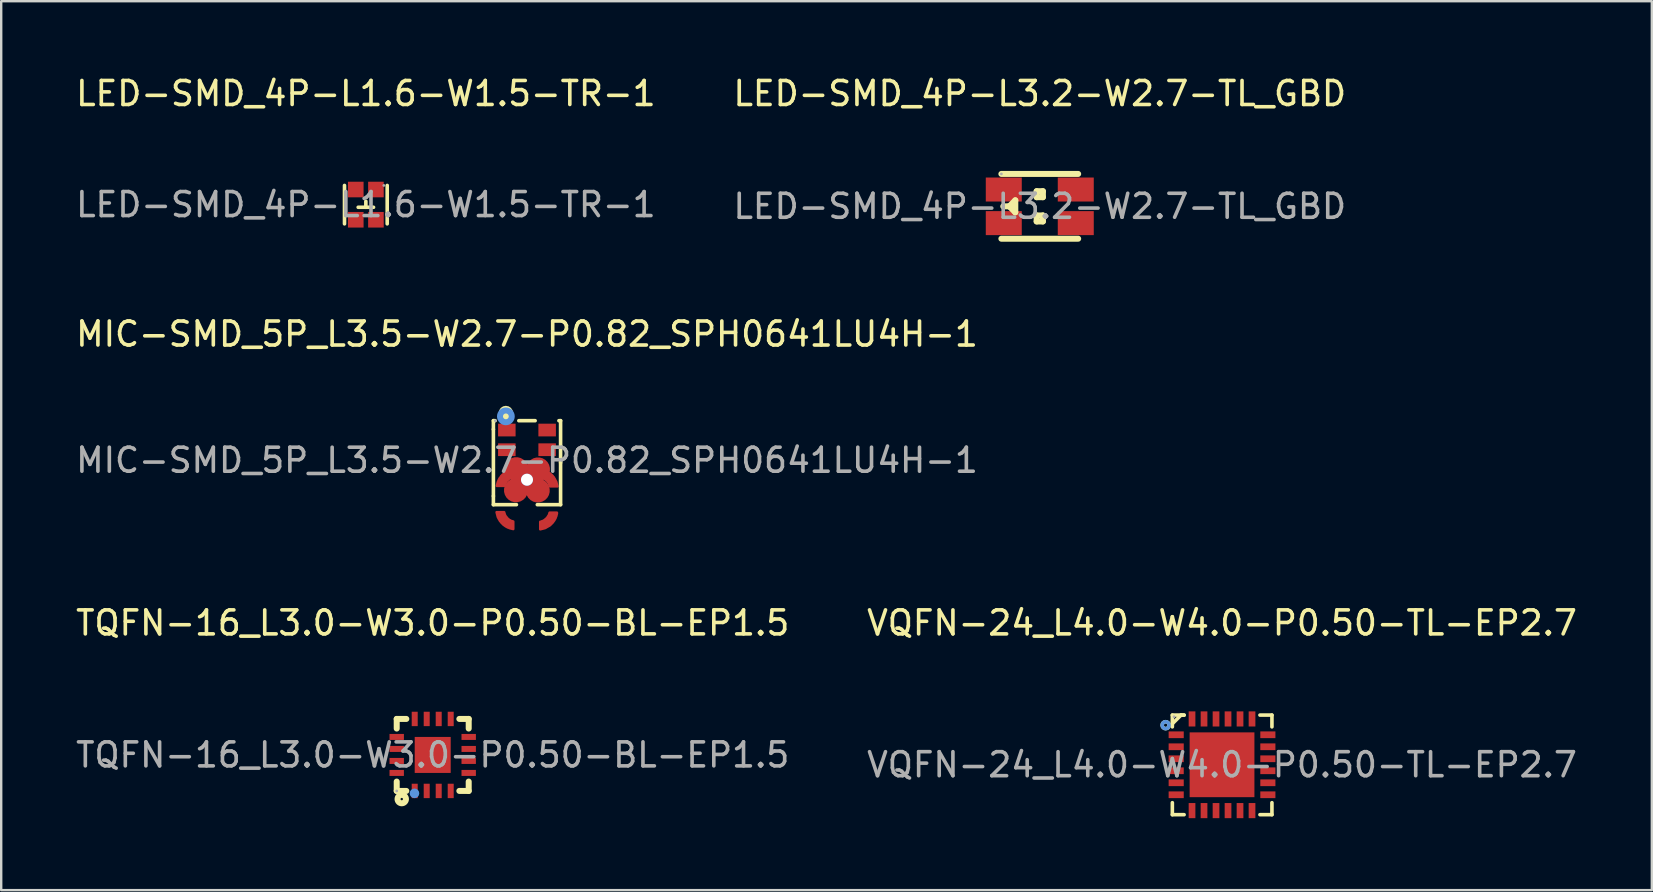
<source format=kicad_pcb>
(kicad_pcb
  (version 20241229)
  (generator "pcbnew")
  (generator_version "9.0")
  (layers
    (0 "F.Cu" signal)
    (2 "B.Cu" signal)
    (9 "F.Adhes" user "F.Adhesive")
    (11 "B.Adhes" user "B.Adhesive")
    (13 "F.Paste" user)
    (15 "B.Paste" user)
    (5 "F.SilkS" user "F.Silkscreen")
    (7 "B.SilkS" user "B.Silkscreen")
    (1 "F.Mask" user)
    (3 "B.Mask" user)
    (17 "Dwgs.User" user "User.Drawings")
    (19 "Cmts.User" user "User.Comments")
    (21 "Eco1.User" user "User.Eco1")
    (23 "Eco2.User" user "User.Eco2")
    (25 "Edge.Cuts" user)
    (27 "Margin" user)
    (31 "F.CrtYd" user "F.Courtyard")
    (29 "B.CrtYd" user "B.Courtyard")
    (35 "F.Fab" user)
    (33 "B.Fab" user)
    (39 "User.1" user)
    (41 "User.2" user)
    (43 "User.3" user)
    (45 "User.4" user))
  (footprint "TQFN-16_L3.0-W3.0-P0.50-BL-EP1.5"
    (layer "F.Cu")
    (at 14.982 28.41)
    (property "Reference" "TQFN-16_L3.0-W3.0-P0.50-BL-EP1.5" (at 0 -5.5 0) (layer "F.SilkS") (effects (font (size 1 1) (thickness 0.15))))
    (attr smd)
    (fp_line (start -1.5 -1.5) (end -1.5 -1.1) (stroke (width 0.25) (type solid)) (layer "F.SilkS"))
    (fp_line (start -1.5 -1.5) (end -1.1 -1.5) (stroke (width 0.25) (type solid)) (layer "F.SilkS"))
    (fp_line (start -1.5 1.11) (end -1.5 1.5) (stroke (width 0.25) (type solid)) (layer "F.SilkS"))
    (fp_line (start -1.5 1.5) (end -1.1 1.5) (stroke (width 0.25) (type solid)) (layer "F.SilkS"))
    (fp_line (start 1.11 -1.5) (end 1.5 -1.5) (stroke (width 0.25) (type solid)) (layer "F.SilkS"))
    (fp_line (start 1.11 1.5) (end 1.5 1.5) (stroke (width 0.25) (type solid)) (layer "F.SilkS"))
    (fp_line (start 1.5 -1.1) (end 1.5 -1.5) (stroke (width 0.25) (type solid)) (layer "F.SilkS"))
    (fp_line (start 1.5 1.5) (end 1.5 1.11) (stroke (width 0.25) (type solid)) (layer "F.SilkS"))
    (fp_circle (center -1.29 1.84) (end -1.24 1.84) (stroke (width 0.25) (type solid)) (fill no) (layer "F.SilkS"))
    (fp_circle (center -0.76 1.6) (end -0.66 1.6) (stroke (width 0.2) (type solid)) (fill no) (layer "Cmts.User"))
    (fp_circle (center -1.5 1.5) (end -1.47 1.5) (stroke (width 0.06) (type solid)) (fill no) (layer "F.Fab"))
    (fp_text user "${REFERENCE}" (at 0 0 0) (layer "F.Fab") (effects (font (size 1 1) (thickness 0.15))))
    (pad "1" smd rect (at -0.75 1.5 180) (size 0.25 0.6) (layers "F.Cu" "F.Mask" "F.Paste"))
    (pad "2" smd rect (at -0.25 1.5 180) (size 0.25 0.6) (layers "F.Cu" "F.Mask" "F.Paste"))
    (pad "3" smd rect (at 0.25 1.5 180) (size 0.25 0.6) (layers "F.Cu" "F.Mask" "F.Paste"))
    (pad "4" smd rect (at 0.75 1.5 180) (size 0.25 0.6) (layers "F.Cu" "F.Mask" "F.Paste"))
    (pad "5" smd rect (at 1.5 0.75 270) (size 0.25 0.6) (layers "F.Cu" "F.Mask" "F.Paste"))
    (pad "6" smd rect (at 1.5 0.25 270) (size 0.25 0.6) (layers "F.Cu" "F.Mask" "F.Paste"))
    (pad "7" smd rect (at 1.5 -0.25 270) (size 0.25 0.6) (layers "F.Cu" "F.Mask" "F.Paste"))
    (pad "8" smd rect (at 1.5 -0.75 270) (size 0.25 0.6) (layers "F.Cu" "F.Mask" "F.Paste"))
    (pad "9" smd rect (at 0.75 -1.5) (size 0.25 0.6) (layers "F.Cu" "F.Mask" "F.Paste"))
    (pad "10" smd rect (at 0.25 -1.5) (size 0.25 0.6) (layers "F.Cu" "F.Mask" "F.Paste"))
    (pad "11" smd rect (at -0.25 -1.5) (size 0.25 0.6) (layers "F.Cu" "F.Mask" "F.Paste"))
    (pad "12" smd rect (at -0.75 -1.5) (size 0.25 0.6) (layers "F.Cu" "F.Mask" "F.Paste"))
    (pad "13" smd rect (at -1.5 -0.75 90) (size 0.25 0.6) (layers "F.Cu" "F.Mask" "F.Paste"))
    (pad "14" smd rect (at -1.5 -0.25 90) (size 0.25 0.6) (layers "F.Cu" "F.Mask" "F.Paste"))
    (pad "15" smd rect (at -1.5 0.25 90) (size 0.25 0.6) (layers "F.Cu" "F.Mask" "F.Paste"))
    (pad "16" smd rect (at -1.5 0.75 90) (size 0.25 0.6) (layers "F.Cu" "F.Mask" "F.Paste"))
    (pad "17" smd rect (at 0 0 90) (size 1.5 1.5) (layers "F.Cu" "F.Mask" "F.Paste")))
  (footprint "MIC-SMD_5P_L3.5-W2.7-P0.82_SPH0641LU4H-1"
    (layer "F.Cu")
    (at 18.911 16.131)
    (property "Reference" "MIC-SMD_5P_L3.5-W2.7-P0.82_SPH0641LU4H-1" (at 0 -5.26 0) (layer "F.SilkS") (effects (font (size 1 1) (thickness 0.15))))
    (attr smd)
    (fp_line (start -1.4 -1.65) (end -1.4 -1.29) (stroke (width 0.15) (type solid)) (layer "F.SilkS"))
    (fp_line (start -1.4 -1.29) (end -1.4 1.49) (stroke (width 0.15) (type solid)) (layer "F.SilkS"))
    (fp_line (start -1.4 1.85) (end -1.4 1.49) (stroke (width 0.15) (type solid)) (layer "F.SilkS"))
    (fp_line (start -1.33 -1.65) (end -1.4 -1.65) (stroke (width 0.15) (type solid)) (layer "F.SilkS"))
    (fp_line (start -0.44 1.85) (end -1.4 1.85) (stroke (width 0.15) (type solid)) (layer "F.SilkS"))
    (fp_line (start 0.34 -1.65) (end -0.34 -1.65) (stroke (width 0.15) (type solid)) (layer "F.SilkS"))
    (fp_line (start 1.4 -1.65) (end 1.33 -1.65) (stroke (width 0.15) (type solid)) (layer "F.SilkS"))
    (fp_line (start 1.4 0.1) (end 1.4 -1.65) (stroke (width 0.15) (type solid)) (layer "F.SilkS"))
    (fp_line (start 1.4 0.1) (end 1.4 1.85) (stroke (width 0.15) (type solid)) (layer "F.SilkS"))
    (fp_line (start 1.4 1.85) (end 0.43 1.85) (stroke (width 0.15) (type solid)) (layer "F.SilkS"))
    (fp_circle (center -0.88 -1.97) (end -0.73 -1.97) (stroke (width 0.3) (type solid)) (fill no) (layer "F.SilkS"))
    (fp_circle (center -0.88 -1.83) (end -0.76 -1.83) (stroke (width 0.25) (type solid)) (fill no) (layer "Cmts.User"))
    (fp_circle (center 0 0.81) (end 0.07 0.81) (stroke (width 0.14) (type solid)) (fill no) (layer "Cmts.User"))
    (fp_circle (center -1.32 -1.65) (end -1.29 -1.65) (stroke (width 0.06) (type solid)) (fill no) (layer "F.Fab"))
    (fp_text user "${REFERENCE}" (at 0 0 0) (layer "F.Fab") (effects (font (size 1 1) (thickness 0.15))))
    (pad "" thru_hole circle (at 0 0.81) (size 0.5 0.5) (drill 0.5) (layers "*.Cu" "*.Mask"))
    (pad "1" smd rect (at -0.84 -1.26) (size 0.73 0.53) (layers "F.Cu" "F.Mask" "F.Paste"))
    (pad "2" smd rect (at -0.84 -0.44) (size 0.73 0.53) (layers "F.Cu" "F.Mask" "F.Paste"))
    (pad "3" smd custom (at -0.46 1.25) (size 1 1) (layers "F.Cu" "F.Mask" "F.Paste") (options (anchor circle)) (primitives (gr_poly (pts (xy -0.81 0.91) (xy -0.8 0.95) (xy -0.79 0.99) (xy -0.78 1.03) (xy -0.77 1.07) (xy -0.76 1.11) (xy -0.74 1.15) (xy -0.72 1.19) (xy -0.7 1.22) (xy -0.68 1.26) (xy -0.66 1.29) (xy -0.63 1.32) (xy -0.61 1.35) (xy -0.58 1.38) (xy -0.55 1.41) (xy -0.52 1.44) (xy -0.49 1.46) (xy -0.45 1.49) (xy -0.42 1.51) (xy -0.38 1.53) (xy -0.35 1.55) (xy -0.31 1.56) (xy -0.27 1.58) (xy -0.23 1.59) (xy -0.19 1.6) (xy -0.15 1.61) (xy -0.11 1.62) (xy -0.11 1.32) (xy -0.11 1.31) (xy -0.11 1.3) (xy -0.14 1.29) (xy -0.18 1.28) (xy -0.21 1.27) (xy -0.24 1.25) (xy -0.27 1.24) (xy -0.29 1.22) (xy -0.32 1.2) (xy -0.35 1.17) (xy -0.37 1.15) (xy -0.39 1.12) (xy -0.41 1.1) (xy -0.43 1.07) (xy -0.45 1.04) (xy -0.46 1.01) (xy -0.47 0.98) (xy -0.48 0.95) (xy -0.49 0.91)) (width 0.1) (fill yes))))
    (pad "3" smd custom (at -0.45 0.37) (size 1 1) (layers "F.Cu" "F.Mask" "F.Paste") (options (anchor circle)) (primitives (gr_poly (pts (xy -0.1 0.01) (xy -0.14 0.01) (xy -0.18 0.02) (xy -0.22 0.03) (xy -0.26 0.04) (xy -0.3 0.06) (xy -0.34 0.07) (xy -0.37 0.09) (xy -0.41 0.11) (xy -0.44 0.13) (xy -0.48 0.15) (xy -0.51 0.18) (xy -0.54 0.21) (xy -0.57 0.23) (xy -0.6 0.26) (xy -0.63 0.29) (xy -0.65 0.33) (xy -0.68 0.36) (xy -0.7 0.39) (xy -0.72 0.43) (xy -0.74 0.47) (xy -0.75 0.5) (xy -0.77 0.54) (xy -0.78 0.58) (xy -0.79 0.62) (xy -0.8 0.66) (xy -0.81 0.7) (xy -0.5 0.7) (xy -0.49 0.7) (xy -0.48 0.67) (xy -0.47 0.64) (xy -0.46 0.61) (xy -0.44 0.58) (xy -0.43 0.55) (xy -0.41 0.52) (xy -0.39 0.49) (xy -0.36 0.47) (xy -0.34 0.44) (xy -0.31 0.42) (xy -0.29 0.4) (xy -0.26 0.38) (xy -0.23 0.37) (xy -0.2 0.35) (xy -0.17 0.34) (xy -0.13 0.33) (xy -0.1 0.32)) (width 0.1) (fill yes))))
    (pad "3" smd custom (at 0.45 1.26) (size 1 1) (layers "F.Cu" "F.Mask" "F.Paste") (options (anchor circle)) (primitives (gr_poly (pts (xy 0.1 1.62) (xy 0.14 1.61) (xy 0.18 1.6) (xy 0.22 1.59) (xy 0.26 1.58) (xy 0.3 1.57) (xy 0.34 1.55) (xy 0.37 1.53) (xy 0.41 1.51) (xy 0.44 1.49) (xy 0.48 1.47) (xy 0.51 1.45) (xy 0.54 1.42) (xy 0.57 1.39) (xy 0.6 1.36) (xy 0.63 1.33) (xy 0.65 1.3) (xy 0.68 1.26) (xy 0.7 1.23) (xy 0.72 1.19) (xy 0.74 1.16) (xy 0.75 1.12) (xy 0.77 1.08) (xy 0.78 1.04) (xy 0.79 1) (xy 0.8 0.96) (xy 0.8 0.92) (xy 0.5 0.92) (xy 0.49 0.92) (xy 0.48 0.96) (xy 0.47 0.99) (xy 0.46 1.02) (xy 0.44 1.05) (xy 0.42 1.08) (xy 0.41 1.11) (xy 0.38 1.13) (xy 0.36 1.16) (xy 0.34 1.18) (xy 0.31 1.2) (xy 0.29 1.22) (xy 0.26 1.24) (xy 0.23 1.26) (xy 0.2 1.27) (xy 0.17 1.28) (xy 0.13 1.3) (xy 0.1 1.3)) (width 0.1) (fill yes))))
    (pad "3" smd custom (at 0.46 0.38) (size 1 1) (layers "F.Cu" "F.Mask" "F.Paste") (options (anchor circle)) (primitives (gr_poly (pts (xy 0.81 0.71) (xy 0.8 0.67) (xy 0.79 0.63) (xy 0.78 0.59) (xy 0.77 0.55) (xy 0.76 0.51) (xy 0.74 0.48) (xy 0.72 0.44) (xy 0.7 0.4) (xy 0.68 0.37) (xy 0.66 0.33) (xy 0.63 0.3) (xy 0.61 0.27) (xy 0.58 0.24) (xy 0.55 0.21) (xy 0.52 0.19) (xy 0.49 0.16) (xy 0.45 0.14) (xy 0.42 0.11) (xy 0.38 0.09) (xy 0.34 0.08) (xy 0.31 0.06) (xy 0.27 0.05) (xy 0.23 0.03) (xy 0.19 0.02) (xy 0.15 0.01) (xy 0.11 0.01) (xy 0.11 0.31) (xy 0.11 0.32) (xy 0.14 0.33) (xy 0.17 0.34) (xy 0.21 0.35) (xy 0.24 0.37) (xy 0.27 0.39) (xy 0.29 0.41) (xy 0.32 0.43) (xy 0.34 0.45) (xy 0.37 0.47) (xy 0.39 0.5) (xy 0.41 0.53) (xy 0.43 0.55) (xy 0.45 0.58) (xy 0.46 0.61) (xy 0.47 0.65) (xy 0.48 0.68) (xy 0.49 0.71)) (width 0.1) (fill yes))))
    (pad "4" smd rect (at 0.84 -0.44) (size 0.73 0.53) (layers "F.Cu" "F.Mask" "F.Paste"))
    (pad "5" smd rect (at 0.84 -1.26) (size 0.73 0.53) (layers "F.Cu" "F.Mask" "F.Paste")))
  (footprint "LED-SMD_4P-L1.6-W1.5-TR-1"
    (layer "F.Cu")
    (at 12.196 5.478)
    (property "Reference" "LED-SMD_4P-L1.6-W1.5-TR-1" (at 0 -4.63 0) (layer "F.SilkS") (effects (font (size 1 1) (thickness 0.15))))
    (attr smd)
    (fp_line (start -0.89 0.8) (end -0.89 -0.8) (stroke (width 0.15) (type solid)) (layer "F.SilkS"))
    (fp_line (start -0.32 0.11) (end 0.32 0.11) (stroke (width 0.15) (type solid)) (layer "F.SilkS"))
    (fp_line (start 0 -0.14) (end 0 0.11) (stroke (width 0.15) (type solid)) (layer "F.SilkS"))
    (fp_line (start 0.89 -0.8) (end 0.89 0.8) (stroke (width 0.15) (type solid)) (layer "F.SilkS"))
    (fp_circle (center 0.75 -0.8) (end 0.78 -0.8) (stroke (width 0.06) (type solid)) (fill no) (layer "F.Fab"))
    (fp_text user "${REFERENCE}" (at 0 0 0) (layer "F.Fab") (effects (font (size 1 1) (thickness 0.15))))
    (pad "1" smd rect (at 0.42 -0.63 270) (size 0.65 0.65) (layers "F.Cu" "F.Mask" "F.Paste"))
    (pad "2" smd rect (at 0.42 0.63 270) (size 0.65 0.65) (layers "F.Cu" "F.Mask" "F.Paste"))
    (pad "3" smd rect (at -0.42 0.63 270) (size 0.65 0.65) (layers "F.Cu" "F.Mask" "F.Paste"))
    (pad "4" smd rect (at -0.42 -0.63 270) (size 0.65 0.65) (layers "F.Cu" "F.Mask" "F.Paste")))
  (footprint "LED-SMD_4P-L3.2-W2.7-TL_GBD"
    (layer "F.Cu")
    (at 40.28 5.548)
    (property "Reference" "LED-SMD_4P-L3.2-W2.7-TL_GBD" (at 0 -4.7 0) (layer "F.SilkS") (effects (font (size 1 1) (thickness 0.15))))
    (attr smd)
    (fp_line (start -1.6 -1.35) (end 1.6 -1.35) (stroke (width 0.25) (type solid)) (layer "F.SilkS"))
    (fp_line (start -1.52 0) (end -1.27 0) (stroke (width 0.25) (type solid)) (layer "F.SilkS"))
    (fp_line (start -1.27 0) (end -1.02 -0.25) (stroke (width 0.25) (type solid)) (layer "F.SilkS"))
    (fp_line (start -1.02 -0.25) (end -1.02 0.25) (stroke (width 0.25) (type solid)) (layer "F.SilkS"))
    (fp_line (start -1.02 0.25) (end -1.27 0) (stroke (width 0.25) (type solid)) (layer "F.SilkS"))
    (fp_line (start -0.13 -0.63) (end -0.13 -0.38) (stroke (width 0.25) (type solid)) (layer "F.SilkS"))
    (fp_line (start -0.13 -0.38) (end 0.13 -0.38) (stroke (width 0.25) (type solid)) (layer "F.SilkS"))
    (fp_line (start -0.13 0.38) (end -0.13 0.63) (stroke (width 0.25) (type solid)) (layer "F.SilkS"))
    (fp_line (start -0.13 0.63) (end 0.13 0.63) (stroke (width 0.25) (type solid)) (layer "F.SilkS"))
    (fp_line (start 0.13 -0.63) (end -0.13 -0.63) (stroke (width 0.25) (type solid)) (layer "F.SilkS"))
    (fp_line (start 0.13 -0.38) (end 0.13 -0.63) (stroke (width 0.25) (type solid)) (layer "F.SilkS"))
    (fp_line (start 0.13 0.38) (end -0.13 0.38) (stroke (width 0.25) (type solid)) (layer "F.SilkS"))
    (fp_line (start 0.13 0.63) (end 0.13 0.38) (stroke (width 0.25) (type solid)) (layer "F.SilkS"))
    (fp_line (start 1.6 1.35) (end -1.6 1.35) (stroke (width 0.25) (type solid)) (layer "F.SilkS"))
    (fp_circle (center -1.6 -1.35) (end -1.57 -1.35) (stroke (width 0.06) (type solid)) (fill no) (layer "F.Fab"))
    (fp_text user "${REFERENCE}" (at 0 0 0) (layer "F.Fab") (effects (font (size 1 1) (thickness 0.15))))
    (pad "1" smd rect (at -1.5 -0.7 90) (size 1 1.5) (layers "F.Cu" "F.Mask" "F.Paste"))
    (pad "2" smd rect (at 1.5 -0.7 90) (size 1 1.5) (layers "F.Cu" "F.Mask" "F.Paste"))
    (pad "3" smd rect (at 1.5 0.7 90) (size 1 1.5) (layers "F.Cu" "F.Mask" "F.Paste"))
    (pad "4" smd rect (at -1.5 0.7 90) (size 1 1.5) (layers "F.Cu" "F.Mask" "F.Paste")))
  (footprint "VQFN-24_L4.0-W4.0-P0.50-TL-EP2.7"
    (layer "F.Cu")
    (at 47.875 28.82)
    (property "Reference" "VQFN-24_L4.0-W4.0-P0.50-TL-EP2.7" (at 0 -5.91 0) (layer "F.SilkS") (effects (font (size 1 1) (thickness 0.15))))
    (attr smd)
    (fp_line (start -2.07 -2.07) (end -2.07 -1.58) (stroke (width 0.15) (type solid)) (layer "F.SilkS"))
    (fp_line (start -2.07 2.08) (end -2.07 1.58) (stroke (width 0.15) (type solid)) (layer "F.SilkS"))
    (fp_line (start -1.71 -2.07) (end -2.07 -1.71) (stroke (width 0.15) (type solid)) (layer "F.SilkS"))
    (fp_line (start -1.58 -2.07) (end -2.07 -2.07) (stroke (width 0.15) (type solid)) (layer "F.SilkS"))
    (fp_line (start -1.58 -2.07) (end -1.71 -2.07) (stroke (width 0.15) (type solid)) (layer "F.SilkS"))
    (fp_line (start -1.58 2.08) (end -2.07 2.08) (stroke (width 0.15) (type solid)) (layer "F.SilkS"))
    (fp_line (start 1.58 -2.07) (end 2.08 -2.07) (stroke (width 0.15) (type solid)) (layer "F.SilkS"))
    (fp_line (start 1.58 2.08) (end 2.08 2.08) (stroke (width 0.15) (type solid)) (layer "F.SilkS"))
    (fp_line (start 2.08 -2.07) (end 2.08 -1.58) (stroke (width 0.15) (type solid)) (layer "F.SilkS"))
    (fp_line (start 2.08 2.08) (end 2.08 1.58) (stroke (width 0.15) (type solid)) (layer "F.SilkS"))
    (fp_circle (center -2.35 -1.65) (end -2.28 -1.65) (stroke (width 0.15) (type solid)) (fill no) (layer "F.SilkS"))
    (fp_circle (center -2.35 -1.65) (end -2.28 -1.65) (stroke (width 0.15) (type solid)) (fill no) (layer "Cmts.User"))
    (fp_circle (center -2 -2) (end -1.97 -2) (stroke (width 0.06) (type solid)) (fill no) (layer "F.Fab"))
    (fp_text user "${REFERENCE}" (at 0 0 0) (layer "F.Fab") (effects (font (size 1 1) (thickness 0.15))))
    (pad "1" smd rect (at -1.91 -1.25) (size 0.63 0.28) (layers "F.Cu" "F.Mask" "F.Paste"))
    (pad "2" smd rect (at -1.91 -0.75) (size 0.63 0.28) (layers "F.Cu" "F.Mask" "F.Paste"))
    (pad "3" smd rect (at -1.91 -0.25) (size 0.63 0.28) (layers "F.Cu" "F.Mask" "F.Paste"))
    (pad "4" smd rect (at -1.91 0.25) (size 0.63 0.28) (layers "F.Cu" "F.Mask" "F.Paste"))
    (pad "5" smd rect (at -1.91 0.75) (size 0.63 0.28) (layers "F.Cu" "F.Mask" "F.Paste"))
    (pad "6" smd rect (at -1.91 1.25) (size 0.63 0.28) (layers "F.Cu" "F.Mask" "F.Paste"))
    (pad "7" smd rect (at -1.25 1.91) (size 0.28 0.63) (layers "F.Cu" "F.Mask" "F.Paste"))
    (pad "8" smd rect (at -0.75 1.91) (size 0.28 0.63) (layers "F.Cu" "F.Mask" "F.Paste"))
    (pad "9" smd rect (at -0.25 1.91) (size 0.28 0.63) (layers "F.Cu" "F.Mask" "F.Paste"))
    (pad "10" smd rect (at 0.25 1.91) (size 0.28 0.63) (layers "F.Cu" "F.Mask" "F.Paste"))
    (pad "11" smd rect (at 0.75 1.91) (size 0.28 0.63) (layers "F.Cu" "F.Mask" "F.Paste"))
    (pad "12" smd rect (at 1.25 1.91) (size 0.28 0.63) (layers "F.Cu" "F.Mask" "F.Paste"))
    (pad "13" smd rect (at 1.91 1.25) (size 0.63 0.28) (layers "F.Cu" "F.Mask" "F.Paste"))
    (pad "14" smd rect (at 1.91 0.75) (size 0.63 0.28) (layers "F.Cu" "F.Mask" "F.Paste"))
    (pad "15" smd rect (at 1.91 0.25) (size 0.63 0.28) (layers "F.Cu" "F.Mask" "F.Paste"))
    (pad "16" smd rect (at 1.91 -0.25) (size 0.63 0.28) (layers "F.Cu" "F.Mask" "F.Paste"))
    (pad "17" smd rect (at 1.91 -0.75) (size 0.63 0.28) (layers "F.Cu" "F.Mask" "F.Paste"))
    (pad "18" smd rect (at 1.91 -1.25) (size 0.63 0.28) (layers "F.Cu" "F.Mask" "F.Paste"))
    (pad "19" smd rect (at 1.25 -1.91) (size 0.28 0.63) (layers "F.Cu" "F.Mask" "F.Paste"))
    (pad "20" smd rect (at 0.75 -1.91) (size 0.28 0.63) (layers "F.Cu" "F.Mask" "F.Paste"))
    (pad "21" smd rect (at 0.25 -1.91) (size 0.28 0.63) (layers "F.Cu" "F.Mask" "F.Paste"))
    (pad "22" smd rect (at -0.25 -1.91) (size 0.28 0.63) (layers "F.Cu" "F.Mask" "F.Paste"))
    (pad "23" smd rect (at -0.75 -1.91) (size 0.28 0.63) (layers "F.Cu" "F.Mask" "F.Paste"))
    (pad "24" smd rect (at -1.25 -1.91) (size 0.28 0.63) (layers "F.Cu" "F.Mask" "F.Paste"))
    (pad "25" smd rect (at 0 0) (size 2.7 2.7) (layers "F.Cu" "F.Mask" "F.Paste")))
  (gr_rect
    (start -3 -3)
    (end 65.786 34.045)
    (stroke (width 0.1) (type default))
    (fill no)
    (layer "Edge.Cuts")))
</source>
